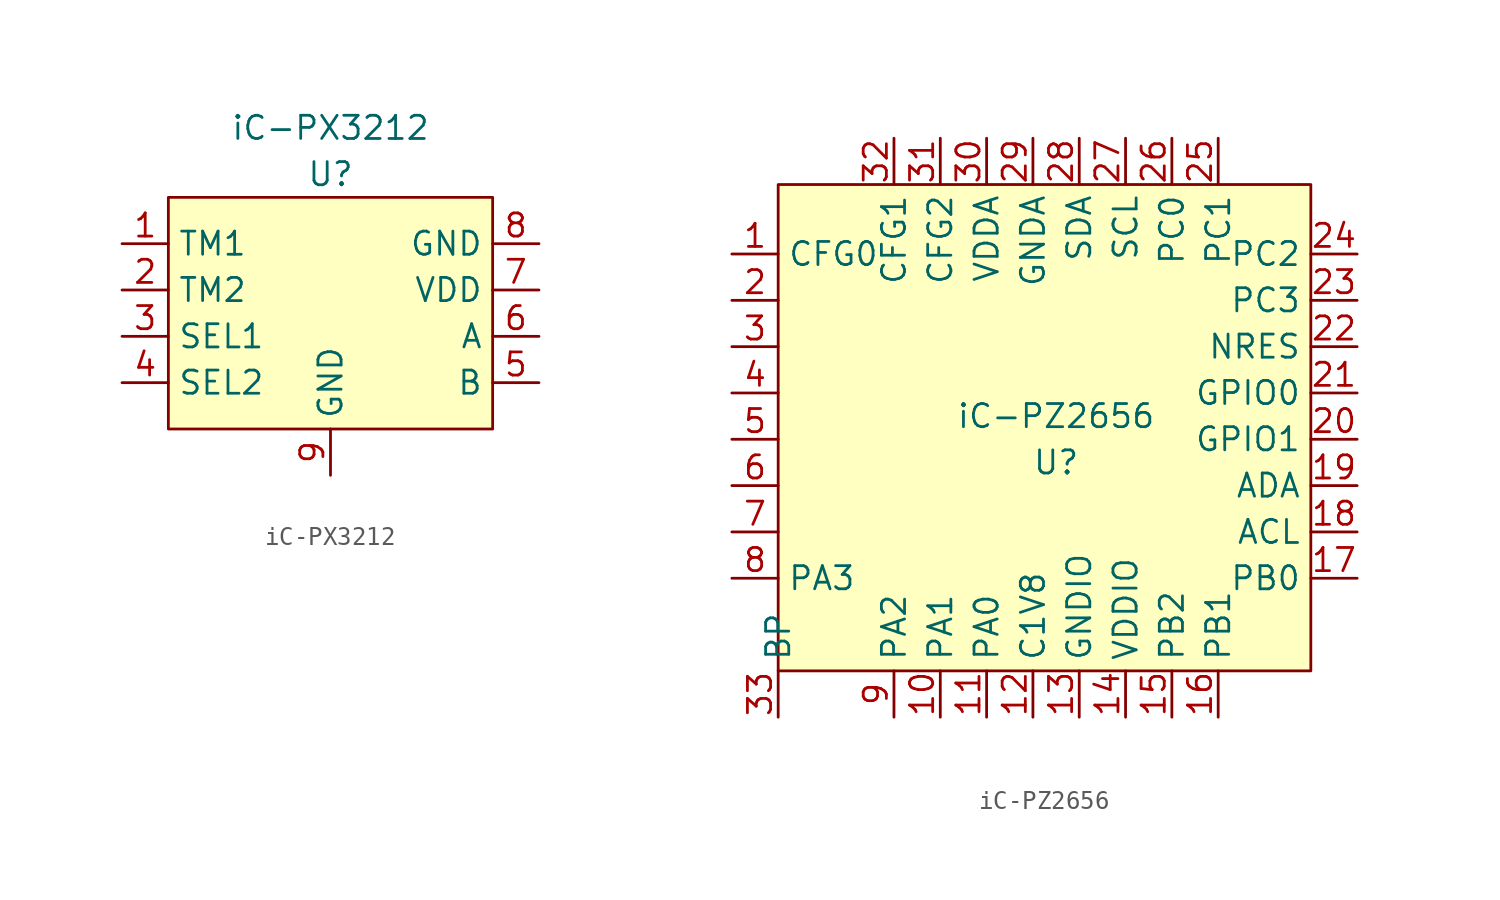
<source format=kicad_sym>
(kicad_symbol_lib
  (version 20211014)
  (generator kicad_symbol_editor)
  (symbol "iC-PX3212"
    (property "Reference" "U"
      (at -3.81 7.62 0)
      (effects (font (size 1.27 1.27))))
    (property "Value" "iC-PX3212"
      (at -3.81 10.16 0)
      (effects (font (size 1.27 1.27))))
    (symbol "iC-PX3212_0_1"
      (polyline (pts (xy -12.7 6.35) (xy -12.7 -6.35) (xy 5.08 -6.35) (xy 5.08 6.35) (xy -12.7 6.35)) (stroke (width 0) (type default) (color 0 0 0 0)) (fill (type background))))
    (symbol "iC-PX3212_1_1"
      (pin input line (at -15.24 3.81 0) (length 2.54) (name "TM1" (effects (font (size 1.27 1.27)))) (number "1" (effects (font (size 1.27 1.27)))))
      (pin input line (at -15.24 1.27 0) (length 2.54) (name "TM2" (effects (font (size 1.27 1.27)))) (number "2" (effects (font (size 1.27 1.27)))))
      (pin input line (at -15.24 -1.27 0) (length 2.54) (name "SEL1" (effects (font (size 1.27 1.27)))) (number "3" (effects (font (size 1.27 1.27)))))
      (pin input line (at -15.24 -3.81 0) (length 2.54) (name "SEL2" (effects (font (size 1.27 1.27)))) (number "4" (effects (font (size 1.27 1.27)))))
      (pin output line (at 7.62 -3.81 180) (length 2.54) (name "B" (effects (font (size 1.27 1.27)))) (number "5" (effects (font (size 1.27 1.27)))))
      (pin output line (at 7.62 -1.27 180) (length 2.54) (name "A" (effects (font (size 1.27 1.27)))) (number "6" (effects (font (size 1.27 1.27)))))
      (pin power_in line (at 7.62 1.27 180) (length 2.54) (name "VDD" (effects (font (size 1.27 1.27)))) (number "7" (effects (font (size 1.27 1.27)))))
      (pin power_out line (at 7.62 3.81 180) (length 2.54) (name "GND" (effects (font (size 1.27 1.27)))) (number "8" (effects (font (size 1.27 1.27)))))
      (pin power_out line (at -3.81 -8.89 90) (length 2.54) (name "GND" (effects (font (size 1.27 1.27)))) (number "9" (effects (font (size 1.27 1.27)))))))
  (symbol "iC-PZ2656"
    (property "Reference" "U"
      (at 0 -7.62 0)
      (effects (font (size 1.27 1.27))))
    (property "Value" "iC-PZ2656"
      (at 0 -5.08 0)
      (effects (font (size 1.27 1.27))))
    (symbol "iC-PZ2656_0_1"
      (polyline (pts (xy -15.24 7.62) (xy -15.24 -19.05) (xy 13.97 -19.05) (xy 13.97 7.62) (xy -15.24 7.62)) (stroke (width 0) (type default) (color 0 0 0 0)) (fill (type background))))
    (symbol "iC-PZ2656_1_1"
      (pin input line (at -17.78 3.81 0) (length 2.54) (name "CFG0" (effects (font (size 1.27 1.27)))) (number "1" (effects (font (size 1.27 1.27)))))
      (pin bidirectional line (at -6.35 -21.59 90) (length 2.54) (name "PA1" (effects (font (size 1.27 1.27)))) (number "10" (effects (font (size 1.27 1.27)))))
      (pin bidirectional line (at -3.81 -21.59 90) (length 2.54) (name "PA0" (effects (font (size 1.27 1.27)))) (number "11" (effects (font (size 1.27 1.27)))))
      (pin bidirectional line (at -1.27 -21.59 90) (length 2.54) (name "C1V8" (effects (font (size 1.27 1.27)))) (number "12" (effects (font (size 1.27 1.27)))))
      (pin bidirectional line (at 1.27 -21.59 90) (length 2.54) (name "GNDIO" (effects (font (size 1.27 1.27)))) (number "13" (effects (font (size 1.27 1.27)))))
      (pin bidirectional line (at 3.81 -21.59 90) (length 2.54) (name "VDDIO" (effects (font (size 1.27 1.27)))) (number "14" (effects (font (size 1.27 1.27)))))
      (pin bidirectional line (at 6.35 -21.59 90) (length 2.54) (name "PB2" (effects (font (size 1.27 1.27)))) (number "15" (effects (font (size 1.27 1.27)))))
      (pin bidirectional line (at 8.89 -21.59 90) (length 2.54) (name "PB1" (effects (font (size 1.27 1.27)))) (number "16" (effects (font (size 1.27 1.27)))))
      (pin bidirectional line (at 16.51 -13.97 180) (length 2.54) (name "PB0" (effects (font (size 1.27 1.27)))) (number "17" (effects (font (size 1.27 1.27)))))
      (pin bidirectional line (at 16.51 -11.43 180) (length 2.54) (name "ACL" (effects (font (size 1.27 1.27)))) (number "18" (effects (font (size 1.27 1.27)))))
      (pin bidirectional line (at 16.51 -8.89 180) (length 2.54) (name "ADA" (effects (font (size 1.27 1.27)))) (number "19" (effects (font (size 1.27 1.27)))))
      (pin free line (at -17.78 1.27 0) (length 2.54) (name "" (effects (font (size 1.27 1.27)))) (number "2" (effects (font (size 1.27 1.27)))))
      (pin bidirectional line (at 16.51 -6.35 180) (length 2.54) (name "GPIO1" (effects (font (size 1.27 1.27)))) (number "20" (effects (font (size 1.27 1.27)))))
      (pin bidirectional line (at 16.51 -3.81 180) (length 2.54) (name "GPIO0" (effects (font (size 1.27 1.27)))) (number "21" (effects (font (size 1.27 1.27)))))
      (pin bidirectional line (at 16.51 -1.27 180) (length 2.54) (name "NRES" (effects (font (size 1.27 1.27)))) (number "22" (effects (font (size 1.27 1.27)))))
      (pin bidirectional line (at 16.51 1.27 180) (length 2.54) (name "PC3" (effects (font (size 1.27 1.27)))) (number "23" (effects (font (size 1.27 1.27)))))
      (pin bidirectional line (at 16.51 3.81 180) (length 2.54) (name "PC2" (effects (font (size 1.27 1.27)))) (number "24" (effects (font (size 1.27 1.27)))))
      (pin bidirectional line (at 8.89 10.16 270) (length 2.54) (name "PC1" (effects (font (size 1.27 1.27)))) (number "25" (effects (font (size 1.27 1.27)))))
      (pin bidirectional line (at 6.35 10.16 270) (length 2.54) (name "PC0" (effects (font (size 1.27 1.27)))) (number "26" (effects (font (size 1.27 1.27)))))
      (pin bidirectional line (at 3.81 10.16 270) (length 2.54) (name "SCL" (effects (font (size 1.27 1.27)))) (number "27" (effects (font (size 1.27 1.27)))))
      (pin bidirectional line (at 1.27 10.16 270) (length 2.54) (name "SDA" (effects (font (size 1.27 1.27)))) (number "28" (effects (font (size 1.27 1.27)))))
      (pin bidirectional line (at -1.27 10.16 270) (length 2.54) (name "GNDA" (effects (font (size 1.27 1.27)))) (number "29" (effects (font (size 1.27 1.27)))))
      (pin free line (at -17.78 -1.27 0) (length 2.54) (name "" (effects (font (size 1.27 1.27)))) (number "3" (effects (font (size 1.27 1.27)))))
      (pin bidirectional line (at -3.81 10.16 270) (length 2.54) (name "VDDA" (effects (font (size 1.27 1.27)))) (number "30" (effects (font (size 1.27 1.27)))))
      (pin bidirectional line (at -6.35 10.16 270) (length 2.54) (name "CFG2" (effects (font (size 1.27 1.27)))) (number "31" (effects (font (size 1.27 1.27)))))
      (pin bidirectional line (at -8.89 10.16 270) (length 2.54) (name "CFG1" (effects (font (size 1.27 1.27)))) (number "32" (effects (font (size 1.27 1.27)))))
      (pin bidirectional line (at -15.24 -21.59 90) (length 2.54) (name "BP" (effects (font (size 1.27 1.27)))) (number "33" (effects (font (size 1.27 1.27)))))
      (pin free line (at -17.78 -3.81 0) (length 2.54) (name "" (effects (font (size 1.27 1.27)))) (number "4" (effects (font (size 1.27 1.27)))))
      (pin free line (at -17.78 -6.35 0) (length 2.54) (name "" (effects (font (size 1.27 1.27)))) (number "5" (effects (font (size 1.27 1.27)))))
      (pin free line (at -17.78 -8.89 0) (length 2.54) (name "" (effects (font (size 1.27 1.27)))) (number "6" (effects (font (size 1.27 1.27)))))
      (pin free line (at -17.78 -11.43 0) (length 2.54) (name "" (effects (font (size 1.27 1.27)))) (number "7" (effects (font (size 1.27 1.27)))))
      (pin bidirectional line (at -17.78 -13.97 0) (length 2.54) (name "PA3" (effects (font (size 1.27 1.27)))) (number "8" (effects (font (size 1.27 1.27)))))
      (pin bidirectional line (at -8.89 -21.59 90) (length 2.54) (name "PA2" (effects (font (size 1.27 1.27)))) (number "9" (effects (font (size 1.27 1.27))))))))
</source>
